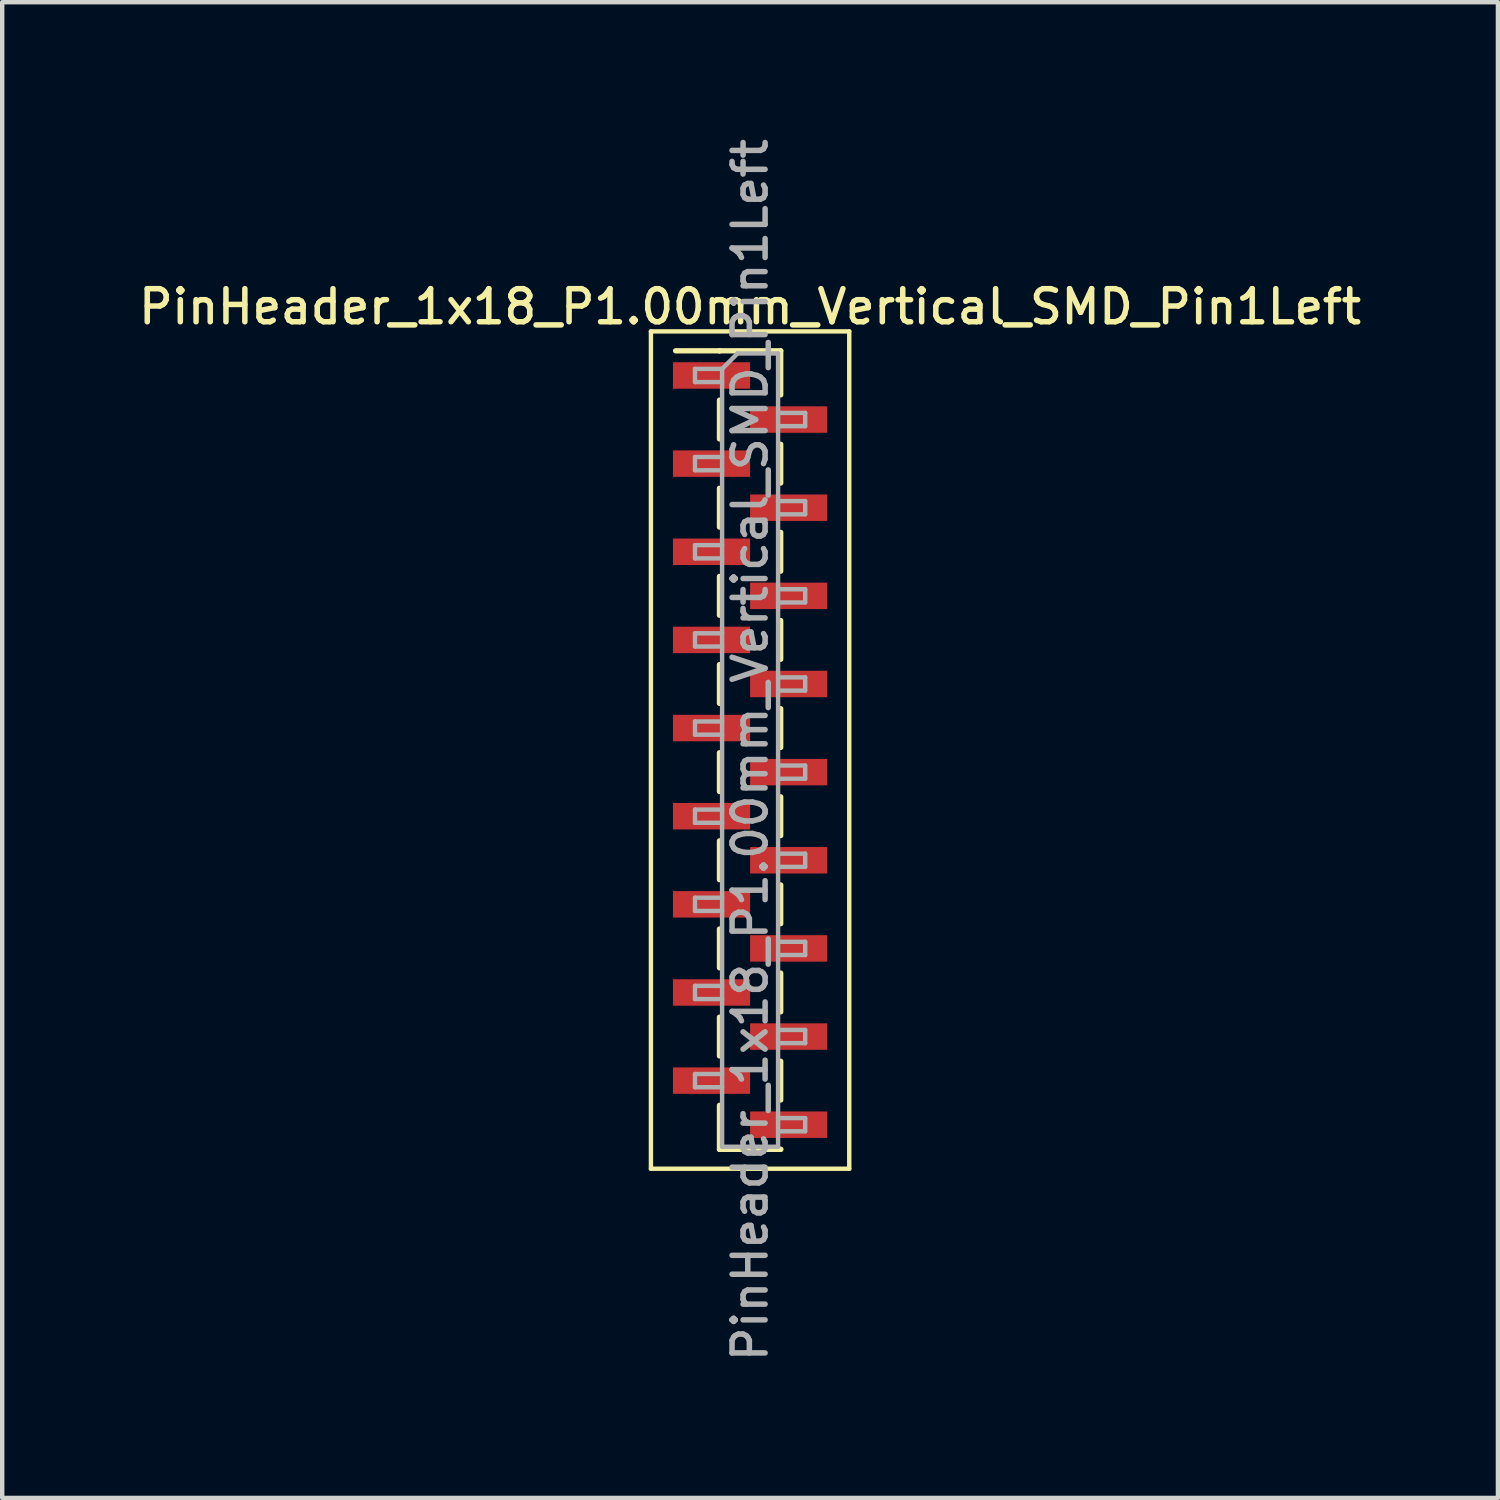
<source format=kicad_pcb>
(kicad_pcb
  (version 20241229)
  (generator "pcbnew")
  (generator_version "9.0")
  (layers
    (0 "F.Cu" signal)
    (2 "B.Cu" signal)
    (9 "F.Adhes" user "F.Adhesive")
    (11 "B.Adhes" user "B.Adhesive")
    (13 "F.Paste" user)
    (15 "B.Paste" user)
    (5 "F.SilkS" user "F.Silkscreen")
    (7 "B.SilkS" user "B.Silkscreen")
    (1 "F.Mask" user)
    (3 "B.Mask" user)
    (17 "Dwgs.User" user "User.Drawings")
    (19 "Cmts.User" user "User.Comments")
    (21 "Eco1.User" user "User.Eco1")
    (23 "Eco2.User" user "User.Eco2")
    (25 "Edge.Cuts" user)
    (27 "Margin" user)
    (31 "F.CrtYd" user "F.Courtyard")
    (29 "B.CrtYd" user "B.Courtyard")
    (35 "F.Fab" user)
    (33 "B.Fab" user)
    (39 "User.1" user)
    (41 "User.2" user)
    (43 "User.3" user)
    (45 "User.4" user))
  (footprint "PinHeader_1x18_P1.00mm_Vertical_SMD_Pin1Left"
    (layer "F.Cu")
    (at 13.97 13.97)
    (property "Reference" "PinHeader_1x18_P1.00mm_Vertical_SMD_Pin1Left" (at 0 -10.06 0) (layer "F.SilkS") (effects (font (size 0.75 0.75) (thickness 0.125))))
    (attr smd)
    (fp_line (start -2.25 -9.5) (end -2.25 9.5) (stroke (width 0.1) (type solid)) (layer "F.SilkS"))
    (fp_line (start -2.25 9.5) (end 2.25 9.5) (stroke (width 0.1) (type solid)) (layer "F.SilkS"))
    (fp_line (start -0.695 -9.06) (end -1.69 -9.06) (stroke (width 0.12) (type solid)) (layer "F.SilkS"))
    (fp_line (start -0.695 -9.06) (end -0.695 -9.06) (stroke (width 0.12) (type solid)) (layer "F.SilkS"))
    (fp_line (start -0.695 -9.06) (end 0.695 -9.06) (stroke (width 0.12) (type solid)) (layer "F.SilkS"))
    (fp_line (start -0.695 -7.94) (end -0.695 -7.06) (stroke (width 0.12) (type solid)) (layer "F.SilkS"))
    (fp_line (start -0.695 -5.94) (end -0.695 -5.06) (stroke (width 0.12) (type solid)) (layer "F.SilkS"))
    (fp_line (start -0.695 -3.94) (end -0.695 -3.06) (stroke (width 0.12) (type solid)) (layer "F.SilkS"))
    (fp_line (start -0.695 -1.94) (end -0.695 -1.06) (stroke (width 0.12) (type solid)) (layer "F.SilkS"))
    (fp_line (start -0.695 0.06) (end -0.695 0.94) (stroke (width 0.12) (type solid)) (layer "F.SilkS"))
    (fp_line (start -0.695 2.06) (end -0.695 2.94) (stroke (width 0.12) (type solid)) (layer "F.SilkS"))
    (fp_line (start -0.695 4.06) (end -0.695 4.94) (stroke (width 0.12) (type solid)) (layer "F.SilkS"))
    (fp_line (start -0.695 6.06) (end -0.695 6.94) (stroke (width 0.12) (type solid)) (layer "F.SilkS"))
    (fp_line (start -0.695 8.06) (end -0.695 9.06) (stroke (width 0.12) (type solid)) (layer "F.SilkS"))
    (fp_line (start -0.695 9.06) (end 0.695 9.06) (stroke (width 0.12) (type solid)) (layer "F.SilkS"))
    (fp_line (start 0.695 -9.06) (end 0.695 -8.06) (stroke (width 0.12) (type solid)) (layer "F.SilkS"))
    (fp_line (start 0.695 -6.94) (end 0.695 -6.06) (stroke (width 0.12) (type solid)) (layer "F.SilkS"))
    (fp_line (start 0.695 -4.94) (end 0.695 -4.06) (stroke (width 0.12) (type solid)) (layer "F.SilkS"))
    (fp_line (start 0.695 -2.94) (end 0.695 -2.06) (stroke (width 0.12) (type solid)) (layer "F.SilkS"))
    (fp_line (start 0.695 -0.94) (end 0.695 -0.06) (stroke (width 0.12) (type solid)) (layer "F.SilkS"))
    (fp_line (start 0.695 1.06) (end 0.695 1.94) (stroke (width 0.12) (type solid)) (layer "F.SilkS"))
    (fp_line (start 0.695 3.06) (end 0.695 3.94) (stroke (width 0.12) (type solid)) (layer "F.SilkS"))
    (fp_line (start 0.695 5.06) (end 0.695 5.94) (stroke (width 0.12) (type solid)) (layer "F.SilkS"))
    (fp_line (start 0.695 7.06) (end 0.695 7.94) (stroke (width 0.12) (type solid)) (layer "F.SilkS"))
    (fp_line (start 0.695 9.06) (end 0.695 9.06) (stroke (width 0.12) (type solid)) (layer "F.SilkS"))
    (fp_line (start 2.25 -9.5) (end -2.25 -9.5) (stroke (width 0.1) (type solid)) (layer "F.SilkS"))
    (fp_line (start 2.25 9.5) (end 2.25 -9.5) (stroke (width 0.1) (type solid)) (layer "F.SilkS"))
    (fp_line (start -1.25 -8.65) (end -1.25 -8.35) (stroke (width 0.1) (type solid)) (layer "F.Fab"))
    (fp_line (start -1.25 -8.35) (end -0.635 -8.35) (stroke (width 0.1) (type solid)) (layer "F.Fab"))
    (fp_line (start -1.25 -6.65) (end -1.25 -6.35) (stroke (width 0.1) (type solid)) (layer "F.Fab"))
    (fp_line (start -1.25 -6.35) (end -0.635 -6.35) (stroke (width 0.1) (type solid)) (layer "F.Fab"))
    (fp_line (start -1.25 -4.65) (end -1.25 -4.35) (stroke (width 0.1) (type solid)) (layer "F.Fab"))
    (fp_line (start -1.25 -4.35) (end -0.635 -4.35) (stroke (width 0.1) (type solid)) (layer "F.Fab"))
    (fp_line (start -1.25 -2.65) (end -1.25 -2.35) (stroke (width 0.1) (type solid)) (layer "F.Fab"))
    (fp_line (start -1.25 -2.35) (end -0.635 -2.35) (stroke (width 0.1) (type solid)) (layer "F.Fab"))
    (fp_line (start -1.25 -0.65) (end -1.25 -0.35) (stroke (width 0.1) (type solid)) (layer "F.Fab"))
    (fp_line (start -1.25 -0.35) (end -0.635 -0.35) (stroke (width 0.1) (type solid)) (layer "F.Fab"))
    (fp_line (start -1.25 1.35) (end -1.25 1.65) (stroke (width 0.1) (type solid)) (layer "F.Fab"))
    (fp_line (start -1.25 1.65) (end -0.635 1.65) (stroke (width 0.1) (type solid)) (layer "F.Fab"))
    (fp_line (start -1.25 3.35) (end -1.25 3.65) (stroke (width 0.1) (type solid)) (layer "F.Fab"))
    (fp_line (start -1.25 3.65) (end -0.635 3.65) (stroke (width 0.1) (type solid)) (layer "F.Fab"))
    (fp_line (start -1.25 5.35) (end -1.25 5.65) (stroke (width 0.1) (type solid)) (layer "F.Fab"))
    (fp_line (start -1.25 5.65) (end -0.635 5.65) (stroke (width 0.1) (type solid)) (layer "F.Fab"))
    (fp_line (start -1.25 7.35) (end -1.25 7.65) (stroke (width 0.1) (type solid)) (layer "F.Fab"))
    (fp_line (start -1.25 7.65) (end -0.635 7.65) (stroke (width 0.1) (type solid)) (layer "F.Fab"))
    (fp_line (start -0.635 -8.65) (end -1.25 -8.65) (stroke (width 0.1) (type solid)) (layer "F.Fab"))
    (fp_line (start -0.635 -8.65) (end -0.285 -9) (stroke (width 0.1) (type solid)) (layer "F.Fab"))
    (fp_line (start -0.635 -6.65) (end -1.25 -6.65) (stroke (width 0.1) (type solid)) (layer "F.Fab"))
    (fp_line (start -0.635 -4.65) (end -1.25 -4.65) (stroke (width 0.1) (type solid)) (layer "F.Fab"))
    (fp_line (start -0.635 -2.65) (end -1.25 -2.65) (stroke (width 0.1) (type solid)) (layer "F.Fab"))
    (fp_line (start -0.635 -0.65) (end -1.25 -0.65) (stroke (width 0.1) (type solid)) (layer "F.Fab"))
    (fp_line (start -0.635 1.35) (end -1.25 1.35) (stroke (width 0.1) (type solid)) (layer "F.Fab"))
    (fp_line (start -0.635 3.35) (end -1.25 3.35) (stroke (width 0.1) (type solid)) (layer "F.Fab"))
    (fp_line (start -0.635 5.35) (end -1.25 5.35) (stroke (width 0.1) (type solid)) (layer "F.Fab"))
    (fp_line (start -0.635 7.35) (end -1.25 7.35) (stroke (width 0.1) (type solid)) (layer "F.Fab"))
    (fp_line (start -0.635 9) (end -0.635 -8.65) (stroke (width 0.1) (type solid)) (layer "F.Fab"))
    (fp_line (start -0.285 -9) (end 0.635 -9) (stroke (width 0.1) (type solid)) (layer "F.Fab"))
    (fp_line (start 0.635 -9) (end 0.635 9) (stroke (width 0.1) (type solid)) (layer "F.Fab"))
    (fp_line (start 0.635 -7.65) (end 1.25 -7.65) (stroke (width 0.1) (type solid)) (layer "F.Fab"))
    (fp_line (start 0.635 -5.65) (end 1.25 -5.65) (stroke (width 0.1) (type solid)) (layer "F.Fab"))
    (fp_line (start 0.635 -3.65) (end 1.25 -3.65) (stroke (width 0.1) (type solid)) (layer "F.Fab"))
    (fp_line (start 0.635 -1.65) (end 1.25 -1.65) (stroke (width 0.1) (type solid)) (layer "F.Fab"))
    (fp_line (start 0.635 0.35) (end 1.25 0.35) (stroke (width 0.1) (type solid)) (layer "F.Fab"))
    (fp_line (start 0.635 2.35) (end 1.25 2.35) (stroke (width 0.1) (type solid)) (layer "F.Fab"))
    (fp_line (start 0.635 4.35) (end 1.25 4.35) (stroke (width 0.1) (type solid)) (layer "F.Fab"))
    (fp_line (start 0.635 6.35) (end 1.25 6.35) (stroke (width 0.1) (type solid)) (layer "F.Fab"))
    (fp_line (start 0.635 8.35) (end 1.25 8.35) (stroke (width 0.1) (type solid)) (layer "F.Fab"))
    (fp_line (start 0.635 9) (end -0.635 9) (stroke (width 0.1) (type solid)) (layer "F.Fab"))
    (fp_line (start 1.25 -7.65) (end 1.25 -7.35) (stroke (width 0.1) (type solid)) (layer "F.Fab"))
    (fp_line (start 1.25 -7.35) (end 0.635 -7.35) (stroke (width 0.1) (type solid)) (layer "F.Fab"))
    (fp_line (start 1.25 -5.65) (end 1.25 -5.35) (stroke (width 0.1) (type solid)) (layer "F.Fab"))
    (fp_line (start 1.25 -5.35) (end 0.635 -5.35) (stroke (width 0.1) (type solid)) (layer "F.Fab"))
    (fp_line (start 1.25 -3.65) (end 1.25 -3.35) (stroke (width 0.1) (type solid)) (layer "F.Fab"))
    (fp_line (start 1.25 -3.35) (end 0.635 -3.35) (stroke (width 0.1) (type solid)) (layer "F.Fab"))
    (fp_line (start 1.25 -1.65) (end 1.25 -1.35) (stroke (width 0.1) (type solid)) (layer "F.Fab"))
    (fp_line (start 1.25 -1.35) (end 0.635 -1.35) (stroke (width 0.1) (type solid)) (layer "F.Fab"))
    (fp_line (start 1.25 0.35) (end 1.25 0.65) (stroke (width 0.1) (type solid)) (layer "F.Fab"))
    (fp_line (start 1.25 0.65) (end 0.635 0.65) (stroke (width 0.1) (type solid)) (layer "F.Fab"))
    (fp_line (start 1.25 2.35) (end 1.25 2.65) (stroke (width 0.1) (type solid)) (layer "F.Fab"))
    (fp_line (start 1.25 2.65) (end 0.635 2.65) (stroke (width 0.1) (type solid)) (layer "F.Fab"))
    (fp_line (start 1.25 4.35) (end 1.25 4.65) (stroke (width 0.1) (type solid)) (layer "F.Fab"))
    (fp_line (start 1.25 4.65) (end 0.635 4.65) (stroke (width 0.1) (type solid)) (layer "F.Fab"))
    (fp_line (start 1.25 6.35) (end 1.25 6.65) (stroke (width 0.1) (type solid)) (layer "F.Fab"))
    (fp_line (start 1.25 6.65) (end 0.635 6.65) (stroke (width 0.1) (type solid)) (layer "F.Fab"))
    (fp_line (start 1.25 8.35) (end 1.25 8.65) (stroke (width 0.1) (type solid)) (layer "F.Fab"))
    (fp_line (start 1.25 8.65) (end 0.635 8.65) (stroke (width 0.1) (type solid)) (layer "F.Fab"))
    (fp_text user "${REFERENCE}" (at 0 0 90) (layer "F.Fab") (effects (font (size 0.75 0.75) (thickness 0.125))))
    (pad "1" smd rect (at -0.875 -8.5) (size 1.75 0.6) (layers "F.Cu" "F.Mask" "F.Paste"))
    (pad "2" smd rect (at 0.875 -7.5) (size 1.75 0.6) (layers "F.Cu" "F.Mask" "F.Paste"))
    (pad "3" smd rect (at -0.875 -6.5) (size 1.75 0.6) (layers "F.Cu" "F.Mask" "F.Paste"))
    (pad "4" smd rect (at 0.875 -5.5) (size 1.75 0.6) (layers "F.Cu" "F.Mask" "F.Paste"))
    (pad "5" smd rect (at -0.875 -4.5) (size 1.75 0.6) (layers "F.Cu" "F.Mask" "F.Paste"))
    (pad "6" smd rect (at 0.875 -3.5) (size 1.75 0.6) (layers "F.Cu" "F.Mask" "F.Paste"))
    (pad "7" smd rect (at -0.875 -2.5) (size 1.75 0.6) (layers "F.Cu" "F.Mask" "F.Paste"))
    (pad "8" smd rect (at 0.875 -1.5) (size 1.75 0.6) (layers "F.Cu" "F.Mask" "F.Paste"))
    (pad "9" smd rect (at -0.875 -0.5) (size 1.75 0.6) (layers "F.Cu" "F.Mask" "F.Paste"))
    (pad "10" smd rect (at 0.875 0.5) (size 1.75 0.6) (layers "F.Cu" "F.Mask" "F.Paste"))
    (pad "11" smd rect (at -0.875 1.5) (size 1.75 0.6) (layers "F.Cu" "F.Mask" "F.Paste"))
    (pad "12" smd rect (at 0.875 2.5) (size 1.75 0.6) (layers "F.Cu" "F.Mask" "F.Paste"))
    (pad "13" smd rect (at -0.875 3.5) (size 1.75 0.6) (layers "F.Cu" "F.Mask" "F.Paste"))
    (pad "14" smd rect (at 0.875 4.5) (size 1.75 0.6) (layers "F.Cu" "F.Mask" "F.Paste"))
    (pad "15" smd rect (at -0.875 5.5) (size 1.75 0.6) (layers "F.Cu" "F.Mask" "F.Paste"))
    (pad "16" smd rect (at 0.875 6.5) (size 1.75 0.6) (layers "F.Cu" "F.Mask" "F.Paste"))
    (pad "17" smd rect (at -0.875 7.5) (size 1.75 0.6) (layers "F.Cu" "F.Mask" "F.Paste"))
    (pad "18" smd rect (at 0.875 8.5) (size 1.75 0.6) (layers "F.Cu" "F.Mask" "F.Paste")))
  (gr_rect
    (start -3 -3)
    (end 30.939 30.939)
    (stroke (width 0.1) (type default))
    (fill no)
    (layer "Edge.Cuts")))
</source>
